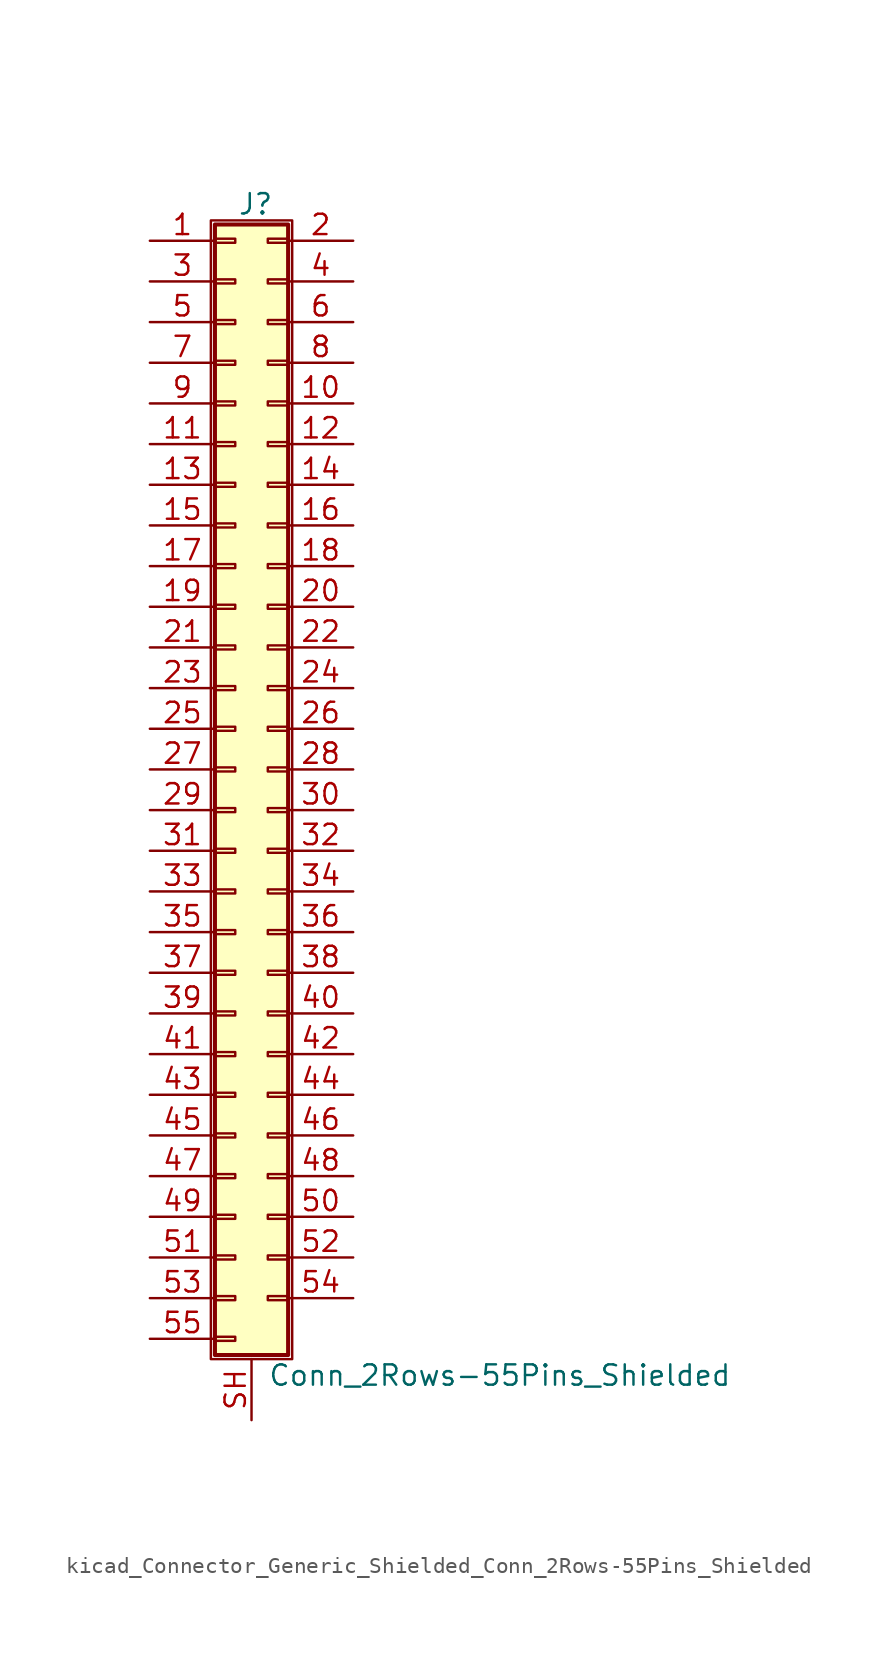
<source format=kicad_sym>
(kicad_symbol_lib
  (version 20220914)
  (generator kicad_symbol_editor)
  (symbol "kicad_Connector_Generic_Shielded_Conn_2Rows-55Pins_Shielded"
    (pin_names
      (offset 1.016) hide)
    (property "Reference" "J"
      (at 1.524 35.306 0)
      (effects (font (size 1.27 1.27))))
    (property "Value" "Conn_2Rows-55Pins_Shielded"
      (at 2.286 -37.846 0)
      (effects (font (size 1.27 1.27)) (justify left)))
    (symbol "kicad_Connector_Generic_Shielded_Conn_2Rows-55Pins_Shielded_1_1"
      (rectangle (start -1.27 34.29) (end 3.81 -36.83) (stroke (width 0.152) (type default)) (fill (type none)))
      (rectangle (start -1.016 -35.433) (end 0.254 -35.687) (stroke (width 0.152) (type default)) (fill (type none)))
      (rectangle (start -1.016 -32.893) (end 0.254 -33.147) (stroke (width 0.152) (type default)) (fill (type none)))
      (rectangle (start -1.016 -30.353) (end 0.254 -30.607) (stroke (width 0.152) (type default)) (fill (type none)))
      (rectangle (start -1.016 -27.813) (end 0.254 -28.067) (stroke (width 0.152) (type default)) (fill (type none)))
      (rectangle (start -1.016 -25.273) (end 0.254 -25.527) (stroke (width 0.152) (type default)) (fill (type none)))
      (rectangle (start -1.016 -22.733) (end 0.254 -22.987) (stroke (width 0.152) (type default)) (fill (type none)))
      (rectangle (start -1.016 -20.193) (end 0.254 -20.447) (stroke (width 0.152) (type default)) (fill (type none)))
      (rectangle (start -1.016 -17.653) (end 0.254 -17.907) (stroke (width 0.152) (type default)) (fill (type none)))
      (rectangle (start -1.016 -15.113) (end 0.254 -15.367) (stroke (width 0.152) (type default)) (fill (type none)))
      (rectangle (start -1.016 -12.573) (end 0.254 -12.827) (stroke (width 0.152) (type default)) (fill (type none)))
      (rectangle (start -1.016 -10.033) (end 0.254 -10.287) (stroke (width 0.152) (type default)) (fill (type none)))
      (rectangle (start -1.016 -7.493) (end 0.254 -7.747) (stroke (width 0.152) (type default)) (fill (type none)))
      (rectangle (start -1.016 -4.953) (end 0.254 -5.207) (stroke (width 0.152) (type default)) (fill (type none)))
      (rectangle (start -1.016 -2.413) (end 0.254 -2.667) (stroke (width 0.152) (type default)) (fill (type none)))
      (rectangle (start -1.016 0.127) (end 0.254 -0.127) (stroke (width 0.152) (type default)) (fill (type none)))
      (rectangle (start -1.016 2.667) (end 0.254 2.413) (stroke (width 0.152) (type default)) (fill (type none)))
      (rectangle (start -1.016 5.207) (end 0.254 4.953) (stroke (width 0.152) (type default)) (fill (type none)))
      (rectangle (start -1.016 7.747) (end 0.254 7.493) (stroke (width 0.152) (type default)) (fill (type none)))
      (rectangle (start -1.016 10.287) (end 0.254 10.033) (stroke (width 0.152) (type default)) (fill (type none)))
      (rectangle (start -1.016 12.827) (end 0.254 12.573) (stroke (width 0.152) (type default)) (fill (type none)))
      (rectangle (start -1.016 15.367) (end 0.254 15.113) (stroke (width 0.152) (type default)) (fill (type none)))
      (rectangle (start -1.016 17.907) (end 0.254 17.653) (stroke (width 0.152) (type default)) (fill (type none)))
      (rectangle (start -1.016 20.447) (end 0.254 20.193) (stroke (width 0.152) (type default)) (fill (type none)))
      (rectangle (start -1.016 22.987) (end 0.254 22.733) (stroke (width 0.152) (type default)) (fill (type none)))
      (rectangle (start -1.016 25.527) (end 0.254 25.273) (stroke (width 0.152) (type default)) (fill (type none)))
      (rectangle (start -1.016 28.067) (end 0.254 27.813) (stroke (width 0.152) (type default)) (fill (type none)))
      (rectangle (start -1.016 30.607) (end 0.254 30.353) (stroke (width 0.152) (type default)) (fill (type none)))
      (rectangle (start -1.016 33.147) (end 0.254 32.893) (stroke (width 0.152) (type default)) (fill (type none)))
      (rectangle (start -1.016 34.036) (end 3.556 -36.576) (stroke (width 0.254) (type default)) (fill (type background)))
      (rectangle (start 3.556 -32.893) (end 2.286 -33.147) (stroke (width 0.152) (type default)) (fill (type none)))
      (rectangle (start 3.556 -30.353) (end 2.286 -30.607) (stroke (width 0.152) (type default)) (fill (type none)))
      (rectangle (start 3.556 -27.813) (end 2.286 -28.067) (stroke (width 0.152) (type default)) (fill (type none)))
      (rectangle (start 3.556 -25.273) (end 2.286 -25.527) (stroke (width 0.152) (type default)) (fill (type none)))
      (rectangle (start 3.556 -22.733) (end 2.286 -22.987) (stroke (width 0.152) (type default)) (fill (type none)))
      (rectangle (start 3.556 -20.193) (end 2.286 -20.447) (stroke (width 0.152) (type default)) (fill (type none)))
      (rectangle (start 3.556 -17.653) (end 2.286 -17.907) (stroke (width 0.152) (type default)) (fill (type none)))
      (rectangle (start 3.556 -15.113) (end 2.286 -15.367) (stroke (width 0.152) (type default)) (fill (type none)))
      (rectangle (start 3.556 -12.573) (end 2.286 -12.827) (stroke (width 0.152) (type default)) (fill (type none)))
      (rectangle (start 3.556 -10.033) (end 2.286 -10.287) (stroke (width 0.152) (type default)) (fill (type none)))
      (rectangle (start 3.556 -7.493) (end 2.286 -7.747) (stroke (width 0.152) (type default)) (fill (type none)))
      (rectangle (start 3.556 -4.953) (end 2.286 -5.207) (stroke (width 0.152) (type default)) (fill (type none)))
      (rectangle (start 3.556 -2.413) (end 2.286 -2.667) (stroke (width 0.152) (type default)) (fill (type none)))
      (rectangle (start 3.556 0.127) (end 2.286 -0.127) (stroke (width 0.152) (type default)) (fill (type none)))
      (rectangle (start 3.556 2.667) (end 2.286 2.413) (stroke (width 0.152) (type default)) (fill (type none)))
      (rectangle (start 3.556 5.207) (end 2.286 4.953) (stroke (width 0.152) (type default)) (fill (type none)))
      (rectangle (start 3.556 7.747) (end 2.286 7.493) (stroke (width 0.152) (type default)) (fill (type none)))
      (rectangle (start 3.556 10.287) (end 2.286 10.033) (stroke (width 0.152) (type default)) (fill (type none)))
      (rectangle (start 3.556 12.827) (end 2.286 12.573) (stroke (width 0.152) (type default)) (fill (type none)))
      (rectangle (start 3.556 15.367) (end 2.286 15.113) (stroke (width 0.152) (type default)) (fill (type none)))
      (rectangle (start 3.556 17.907) (end 2.286 17.653) (stroke (width 0.152) (type default)) (fill (type none)))
      (rectangle (start 3.556 20.447) (end 2.286 20.193) (stroke (width 0.152) (type default)) (fill (type none)))
      (rectangle (start 3.556 22.987) (end 2.286 22.733) (stroke (width 0.152) (type default)) (fill (type none)))
      (rectangle (start 3.556 25.527) (end 2.286 25.273) (stroke (width 0.152) (type default)) (fill (type none)))
      (rectangle (start 3.556 28.067) (end 2.286 27.813) (stroke (width 0.152) (type default)) (fill (type none)))
      (rectangle (start 3.556 30.607) (end 2.286 30.353) (stroke (width 0.152) (type default)) (fill (type none)))
      (rectangle (start 3.556 33.147) (end 2.286 32.893) (stroke (width 0.152) (type default)) (fill (type none)))
      (pin passive line (at -5.08 33.02 0) (length 4.064) (name "Pin_1" (effects (font (size 1.27 1.27)))) (number "1" (effects (font (size 1.27 1.27)))))
      (pin passive line (at 7.62 22.86 180) (length 4.064) (name "Pin_10" (effects (font (size 1.27 1.27)))) (number "10" (effects (font (size 1.27 1.27)))))
      (pin passive line (at -5.08 20.32 0) (length 4.064) (name "Pin_11" (effects (font (size 1.27 1.27)))) (number "11" (effects (font (size 1.27 1.27)))))
      (pin passive line (at 7.62 20.32 180) (length 4.064) (name "Pin_12" (effects (font (size 1.27 1.27)))) (number "12" (effects (font (size 1.27 1.27)))))
      (pin passive line (at -5.08 17.78 0) (length 4.064) (name "Pin_13" (effects (font (size 1.27 1.27)))) (number "13" (effects (font (size 1.27 1.27)))))
      (pin passive line (at 7.62 17.78 180) (length 4.064) (name "Pin_14" (effects (font (size 1.27 1.27)))) (number "14" (effects (font (size 1.27 1.27)))))
      (pin passive line (at -5.08 15.24 0) (length 4.064) (name "Pin_15" (effects (font (size 1.27 1.27)))) (number "15" (effects (font (size 1.27 1.27)))))
      (pin passive line (at 7.62 15.24 180) (length 4.064) (name "Pin_16" (effects (font (size 1.27 1.27)))) (number "16" (effects (font (size 1.27 1.27)))))
      (pin passive line (at -5.08 12.7 0) (length 4.064) (name "Pin_17" (effects (font (size 1.27 1.27)))) (number "17" (effects (font (size 1.27 1.27)))))
      (pin passive line (at 7.62 12.7 180) (length 4.064) (name "Pin_18" (effects (font (size 1.27 1.27)))) (number "18" (effects (font (size 1.27 1.27)))))
      (pin passive line (at -5.08 10.16 0) (length 4.064) (name "Pin_19" (effects (font (size 1.27 1.27)))) (number "19" (effects (font (size 1.27 1.27)))))
      (pin passive line (at 7.62 33.02 180) (length 4.064) (name "Pin_2" (effects (font (size 1.27 1.27)))) (number "2" (effects (font (size 1.27 1.27)))))
      (pin passive line (at 7.62 10.16 180) (length 4.064) (name "Pin_20" (effects (font (size 1.27 1.27)))) (number "20" (effects (font (size 1.27 1.27)))))
      (pin passive line (at -5.08 7.62 0) (length 4.064) (name "Pin_21" (effects (font (size 1.27 1.27)))) (number "21" (effects (font (size 1.27 1.27)))))
      (pin passive line (at 7.62 7.62 180) (length 4.064) (name "Pin_22" (effects (font (size 1.27 1.27)))) (number "22" (effects (font (size 1.27 1.27)))))
      (pin passive line (at -5.08 5.08 0) (length 4.064) (name "Pin_23" (effects (font (size 1.27 1.27)))) (number "23" (effects (font (size 1.27 1.27)))))
      (pin passive line (at 7.62 5.08 180) (length 4.064) (name "Pin_24" (effects (font (size 1.27 1.27)))) (number "24" (effects (font (size 1.27 1.27)))))
      (pin passive line (at -5.08 2.54 0) (length 4.064) (name "Pin_25" (effects (font (size 1.27 1.27)))) (number "25" (effects (font (size 1.27 1.27)))))
      (pin passive line (at 7.62 2.54 180) (length 4.064) (name "Pin_26" (effects (font (size 1.27 1.27)))) (number "26" (effects (font (size 1.27 1.27)))))
      (pin passive line (at -5.08 0 0) (length 4.064) (name "Pin_27" (effects (font (size 1.27 1.27)))) (number "27" (effects (font (size 1.27 1.27)))))
      (pin passive line (at 7.62 0 180) (length 4.064) (name "Pin_28" (effects (font (size 1.27 1.27)))) (number "28" (effects (font (size 1.27 1.27)))))
      (pin passive line (at -5.08 -2.54 0) (length 4.064) (name "Pin_29" (effects (font (size 1.27 1.27)))) (number "29" (effects (font (size 1.27 1.27)))))
      (pin passive line (at -5.08 30.48 0) (length 4.064) (name "Pin_3" (effects (font (size 1.27 1.27)))) (number "3" (effects (font (size 1.27 1.27)))))
      (pin passive line (at 7.62 -2.54 180) (length 4.064) (name "Pin_30" (effects (font (size 1.27 1.27)))) (number "30" (effects (font (size 1.27 1.27)))))
      (pin passive line (at -5.08 -5.08 0) (length 4.064) (name "Pin_31" (effects (font (size 1.27 1.27)))) (number "31" (effects (font (size 1.27 1.27)))))
      (pin passive line (at 7.62 -5.08 180) (length 4.064) (name "Pin_32" (effects (font (size 1.27 1.27)))) (number "32" (effects (font (size 1.27 1.27)))))
      (pin passive line (at -5.08 -7.62 0) (length 4.064) (name "Pin_33" (effects (font (size 1.27 1.27)))) (number "33" (effects (font (size 1.27 1.27)))))
      (pin passive line (at 7.62 -7.62 180) (length 4.064) (name "Pin_34" (effects (font (size 1.27 1.27)))) (number "34" (effects (font (size 1.27 1.27)))))
      (pin passive line (at -5.08 -10.16 0) (length 4.064) (name "Pin_35" (effects (font (size 1.27 1.27)))) (number "35" (effects (font (size 1.27 1.27)))))
      (pin passive line (at 7.62 -10.16 180) (length 4.064) (name "Pin_36" (effects (font (size 1.27 1.27)))) (number "36" (effects (font (size 1.27 1.27)))))
      (pin passive line (at -5.08 -12.7 0) (length 4.064) (name "Pin_37" (effects (font (size 1.27 1.27)))) (number "37" (effects (font (size 1.27 1.27)))))
      (pin passive line (at 7.62 -12.7 180) (length 4.064) (name "Pin_38" (effects (font (size 1.27 1.27)))) (number "38" (effects (font (size 1.27 1.27)))))
      (pin passive line (at -5.08 -15.24 0) (length 4.064) (name "Pin_39" (effects (font (size 1.27 1.27)))) (number "39" (effects (font (size 1.27 1.27)))))
      (pin passive line (at 7.62 30.48 180) (length 4.064) (name "Pin_4" (effects (font (size 1.27 1.27)))) (number "4" (effects (font (size 1.27 1.27)))))
      (pin passive line (at 7.62 -15.24 180) (length 4.064) (name "Pin_40" (effects (font (size 1.27 1.27)))) (number "40" (effects (font (size 1.27 1.27)))))
      (pin passive line (at -5.08 -17.78 0) (length 4.064) (name "Pin_41" (effects (font (size 1.27 1.27)))) (number "41" (effects (font (size 1.27 1.27)))))
      (pin passive line (at 7.62 -17.78 180) (length 4.064) (name "Pin_42" (effects (font (size 1.27 1.27)))) (number "42" (effects (font (size 1.27 1.27)))))
      (pin passive line (at -5.08 -20.32 0) (length 4.064) (name "Pin_43" (effects (font (size 1.27 1.27)))) (number "43" (effects (font (size 1.27 1.27)))))
      (pin passive line (at 7.62 -20.32 180) (length 4.064) (name "Pin_44" (effects (font (size 1.27 1.27)))) (number "44" (effects (font (size 1.27 1.27)))))
      (pin passive line (at -5.08 -22.86 0) (length 4.064) (name "Pin_45" (effects (font (size 1.27 1.27)))) (number "45" (effects (font (size 1.27 1.27)))))
      (pin passive line (at 7.62 -22.86 180) (length 4.064) (name "Pin_46" (effects (font (size 1.27 1.27)))) (number "46" (effects (font (size 1.27 1.27)))))
      (pin passive line (at -5.08 -25.4 0) (length 4.064) (name "Pin_47" (effects (font (size 1.27 1.27)))) (number "47" (effects (font (size 1.27 1.27)))))
      (pin passive line (at 7.62 -25.4 180) (length 4.064) (name "Pin_48" (effects (font (size 1.27 1.27)))) (number "48" (effects (font (size 1.27 1.27)))))
      (pin passive line (at -5.08 -27.94 0) (length 4.064) (name "Pin_49" (effects (font (size 1.27 1.27)))) (number "49" (effects (font (size 1.27 1.27)))))
      (pin passive line (at -5.08 27.94 0) (length 4.064) (name "Pin_5" (effects (font (size 1.27 1.27)))) (number "5" (effects (font (size 1.27 1.27)))))
      (pin passive line (at 7.62 -27.94 180) (length 4.064) (name "Pin_50" (effects (font (size 1.27 1.27)))) (number "50" (effects (font (size 1.27 1.27)))))
      (pin passive line (at -5.08 -30.48 0) (length 4.064) (name "Pin_51" (effects (font (size 1.27 1.27)))) (number "51" (effects (font (size 1.27 1.27)))))
      (pin passive line (at 7.62 -30.48 180) (length 4.064) (name "Pin_52" (effects (font (size 1.27 1.27)))) (number "52" (effects (font (size 1.27 1.27)))))
      (pin passive line (at -5.08 -33.02 0) (length 4.064) (name "Pin_53" (effects (font (size 1.27 1.27)))) (number "53" (effects (font (size 1.27 1.27)))))
      (pin passive line (at 7.62 -33.02 180) (length 4.064) (name "Pin_54" (effects (font (size 1.27 1.27)))) (number "54" (effects (font (size 1.27 1.27)))))
      (pin passive line (at -5.08 -35.56 0) (length 4.064) (name "Pin_55" (effects (font (size 1.27 1.27)))) (number "55" (effects (font (size 1.27 1.27)))))
      (pin passive line (at 7.62 27.94 180) (length 4.064) (name "Pin_6" (effects (font (size 1.27 1.27)))) (number "6" (effects (font (size 1.27 1.27)))))
      (pin passive line (at -5.08 25.4 0) (length 4.064) (name "Pin_7" (effects (font (size 1.27 1.27)))) (number "7" (effects (font (size 1.27 1.27)))))
      (pin passive line (at 7.62 25.4 180) (length 4.064) (name "Pin_8" (effects (font (size 1.27 1.27)))) (number "8" (effects (font (size 1.27 1.27)))))
      (pin passive line (at -5.08 22.86 0) (length 4.064) (name "Pin_9" (effects (font (size 1.27 1.27)))) (number "9" (effects (font (size 1.27 1.27)))))
      (pin passive line (at 1.27 -40.64 90) (length 3.81) (name "Shield" (effects (font (size 1.27 1.27)))) (number "SH" (effects (font (size 1.27 1.27))))))))
</source>
